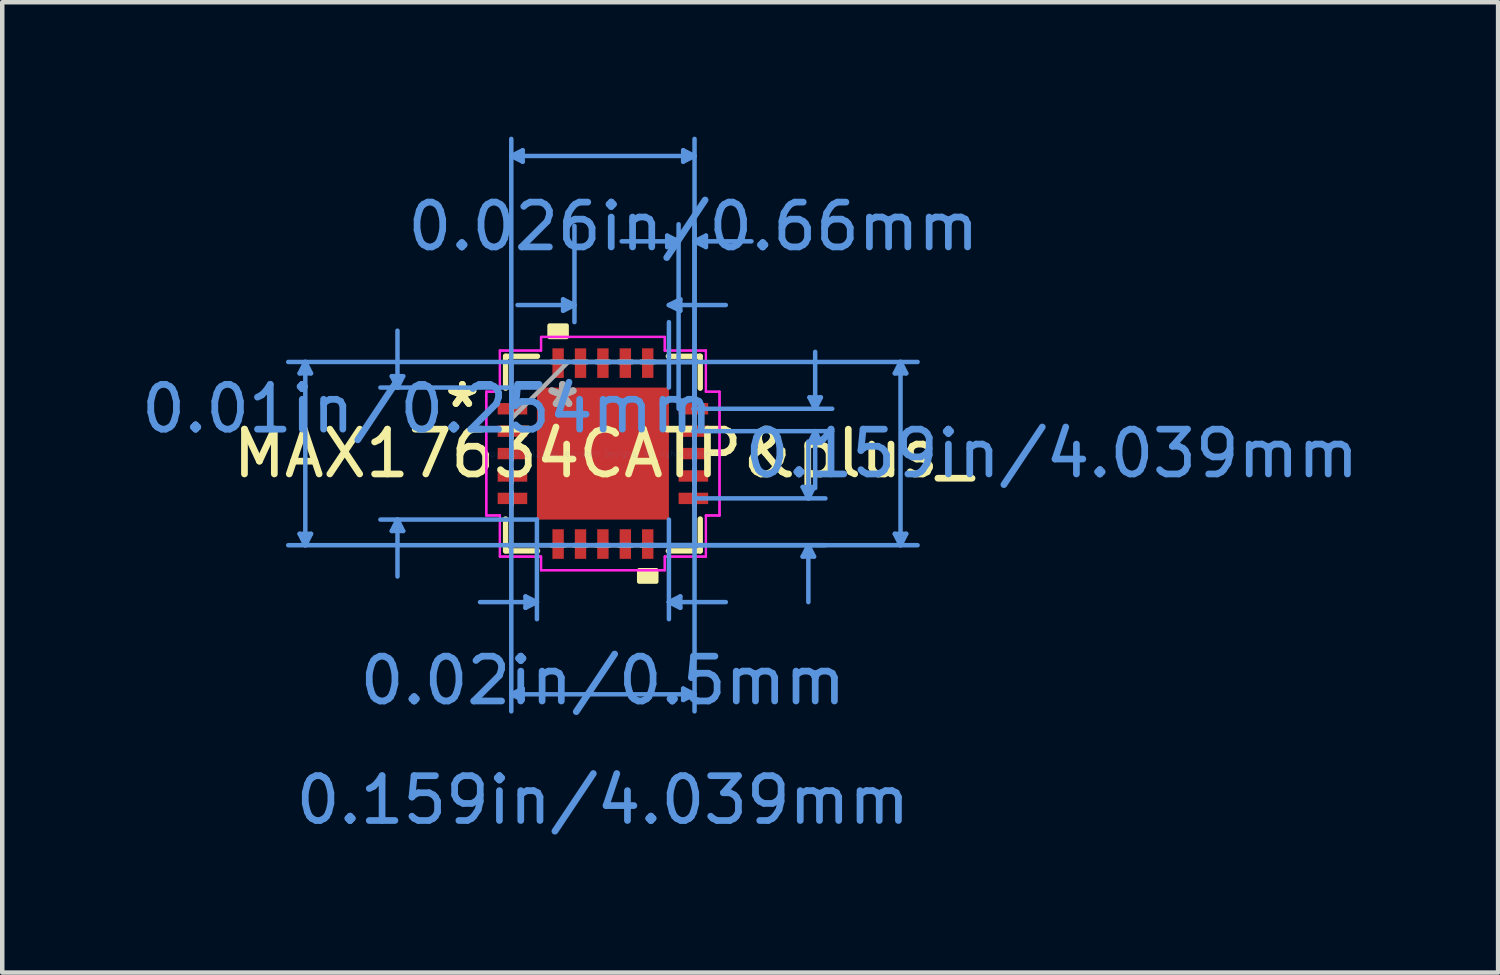
<source format=kicad_pcb>
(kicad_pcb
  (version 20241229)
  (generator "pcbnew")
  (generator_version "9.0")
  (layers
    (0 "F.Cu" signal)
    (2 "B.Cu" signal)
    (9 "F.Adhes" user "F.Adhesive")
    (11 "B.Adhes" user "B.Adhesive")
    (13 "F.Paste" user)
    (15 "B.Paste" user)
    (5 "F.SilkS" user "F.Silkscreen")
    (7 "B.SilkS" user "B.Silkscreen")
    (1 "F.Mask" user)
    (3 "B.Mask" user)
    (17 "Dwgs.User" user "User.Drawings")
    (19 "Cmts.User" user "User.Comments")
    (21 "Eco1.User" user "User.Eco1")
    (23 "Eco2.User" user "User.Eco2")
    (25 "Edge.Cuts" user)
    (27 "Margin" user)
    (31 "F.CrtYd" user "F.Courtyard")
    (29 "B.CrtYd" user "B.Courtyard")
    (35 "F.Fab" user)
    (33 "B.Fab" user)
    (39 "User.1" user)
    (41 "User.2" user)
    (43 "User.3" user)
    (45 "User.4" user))
  (footprint "MAX17634CATP&plus_"
    (layer "F.Cu")
    (at 10.406 7.073)
    (property "Reference" "MAX17634CATP&plus_" (at 0 0 0) (layer "F.SilkS") (effects (font (size 1 1) (thickness 0.15))))
    (attr through_hole)
    (fp_line (start -2.172 -2.172) (end -2.172 -1.46) (stroke (width 0.12) (type solid)) (layer "F.SilkS"))
    (fp_line (start -2.172 1.46) (end -2.172 2.172) (stroke (width 0.12) (type solid)) (layer "F.SilkS"))
    (fp_line (start -2.172 2.172) (end -1.46 2.172) (stroke (width 0.12) (type solid)) (layer "F.SilkS"))
    (fp_line (start -1.46 -2.172) (end -2.172 -2.172) (stroke (width 0.12) (type solid)) (layer "F.SilkS"))
    (fp_line (start 1.46 2.172) (end 2.172 2.172) (stroke (width 0.12) (type solid)) (layer "F.SilkS"))
    (fp_line (start 2.172 -2.172) (end 1.46 -2.172) (stroke (width 0.12) (type solid)) (layer "F.SilkS"))
    (fp_line (start 2.172 -1.46) (end 2.172 -2.172) (stroke (width 0.12) (type solid)) (layer "F.SilkS"))
    (fp_line (start 2.172 2.172) (end 2.172 1.46) (stroke (width 0.12) (type solid)) (layer "F.SilkS"))
    (fp_poly (pts (xy -1.191 -2.603) (xy -1.191 -2.857) (xy -0.81 -2.857) (xy -0.81 -2.603)) (stroke (width 0.1) (type solid)) (fill yes) (layer "F.SilkS"))
    (fp_poly (pts (xy 0.81 2.603) (xy 0.81 2.857) (xy 1.191 2.857) (xy 1.191 2.603)) (stroke (width 0.1) (type solid)) (fill yes) (layer "F.SilkS"))
    (fp_line (start -6.769 -1.791) (end -6.515 -1.791) (stroke (width 0.1) (type solid)) (layer "Cmts.User"))
    (fp_line (start -6.769 1.791) (end -6.515 1.791) (stroke (width 0.1) (type solid)) (layer "Cmts.User"))
    (fp_line (start -6.642 -2.045) (end -6.769 -1.791) (stroke (width 0.1) (type solid)) (layer "Cmts.User"))
    (fp_line (start -6.642 -2.045) (end -6.642 2.045) (stroke (width 0.1) (type solid)) (layer "Cmts.User"))
    (fp_line (start -6.642 -2.045) (end -6.515 -1.791) (stroke (width 0.1) (type solid)) (layer "Cmts.User"))
    (fp_line (start -6.642 2.045) (end -6.769 1.791) (stroke (width 0.1) (type solid)) (layer "Cmts.User"))
    (fp_line (start -6.642 2.045) (end -6.515 1.791) (stroke (width 0.1) (type solid)) (layer "Cmts.User"))
    (fp_line (start -4.712 -1.727) (end -4.458 -1.727) (stroke (width 0.1) (type solid)) (layer "Cmts.User"))
    (fp_line (start -4.712 1.727) (end -4.458 1.727) (stroke (width 0.1) (type solid)) (layer "Cmts.User"))
    (fp_line (start -4.585 -1.473) (end -4.712 -1.727) (stroke (width 0.1) (type solid)) (layer "Cmts.User"))
    (fp_line (start -4.585 -1.473) (end -4.585 -2.743) (stroke (width 0.1) (type solid)) (layer "Cmts.User"))
    (fp_line (start -4.585 -1.473) (end -4.458 -1.727) (stroke (width 0.1) (type solid)) (layer "Cmts.User"))
    (fp_line (start -4.585 1.473) (end -4.712 1.727) (stroke (width 0.1) (type solid)) (layer "Cmts.User"))
    (fp_line (start -4.585 1.473) (end -4.585 2.743) (stroke (width 0.1) (type solid)) (layer "Cmts.User"))
    (fp_line (start -4.585 1.473) (end -4.458 1.727) (stroke (width 0.1) (type solid)) (layer "Cmts.User"))
    (fp_line (start -2.045 -6.642) (end -1.791 -6.769) (stroke (width 0.1) (type solid)) (layer "Cmts.User"))
    (fp_line (start -2.045 -6.642) (end -1.791 -6.515) (stroke (width 0.1) (type solid)) (layer "Cmts.User"))
    (fp_line (start -2.045 -6.642) (end 2.045 -6.642) (stroke (width 0.1) (type solid)) (layer "Cmts.User"))
    (fp_line (start -2.045 -2.045) (end -2.045 5.753) (stroke (width 0.1) (type solid)) (layer "Cmts.User"))
    (fp_line (start -2.045 -1) (end -2.045 -7.023) (stroke (width 0.1) (type solid)) (layer "Cmts.User"))
    (fp_line (start -2.045 5.372) (end -1.791 5.245) (stroke (width 0.1) (type solid)) (layer "Cmts.User"))
    (fp_line (start -2.045 5.372) (end -1.791 5.499) (stroke (width 0.1) (type solid)) (layer "Cmts.User"))
    (fp_line (start -2.045 5.372) (end 2.045 5.372) (stroke (width 0.1) (type solid)) (layer "Cmts.User"))
    (fp_line (start -1.791 -6.769) (end -1.791 -6.515) (stroke (width 0.1) (type solid)) (layer "Cmts.User"))
    (fp_line (start -1.791 5.245) (end -1.791 5.499) (stroke (width 0.1) (type solid)) (layer "Cmts.User"))
    (fp_line (start -1.727 3.188) (end -1.727 3.442) (stroke (width 0.1) (type solid)) (layer "Cmts.User"))
    (fp_line (start -1.473 -1.473) (end -4.966 -1.473) (stroke (width 0.1) (type solid)) (layer "Cmts.User"))
    (fp_line (start -1.473 1.473) (end -4.966 1.473) (stroke (width 0.1) (type solid)) (layer "Cmts.User"))
    (fp_line (start -1.473 1.473) (end -1.473 3.696) (stroke (width 0.1) (type solid)) (layer "Cmts.User"))
    (fp_line (start -1.473 3.315) (end -2.743 3.315) (stroke (width 0.1) (type solid)) (layer "Cmts.User"))
    (fp_line (start -1.473 3.315) (end -1.727 3.188) (stroke (width 0.1) (type solid)) (layer "Cmts.User"))
    (fp_line (start -1.473 3.315) (end -1.727 3.442) (stroke (width 0.1) (type solid)) (layer "Cmts.User"))
    (fp_line (start -0.889 -3.442) (end -0.889 -3.188) (stroke (width 0.1) (type solid)) (layer "Cmts.User"))
    (fp_line (start -0.635 -5.08) (end -0.635 -2.934) (stroke (width 0.1) (type solid)) (layer "Cmts.User"))
    (fp_line (start -0.635 -3.315) (end -1.905 -3.315) (stroke (width 0.1) (type solid)) (layer "Cmts.User"))
    (fp_line (start -0.635 -3.315) (end -0.889 -3.442) (stroke (width 0.1) (type solid)) (layer "Cmts.User"))
    (fp_line (start -0.635 -3.315) (end -0.889 -3.188) (stroke (width 0.1) (type solid)) (layer "Cmts.User"))
    (fp_line (start 1 -2.045) (end 7.023 -2.045) (stroke (width 0.1) (type solid)) (layer "Cmts.User"))
    (fp_line (start 1 2.045) (end 4.966 2.045) (stroke (width 0.1) (type solid)) (layer "Cmts.User"))
    (fp_line (start 1 2.045) (end 7.023 2.045) (stroke (width 0.1) (type solid)) (layer "Cmts.User"))
    (fp_line (start 1.435 -4.864) (end 1.435 -4.61) (stroke (width 0.1) (type solid)) (layer "Cmts.User"))
    (fp_line (start 1.473 -3.315) (end 1.727 -3.442) (stroke (width 0.1) (type solid)) (layer "Cmts.User"))
    (fp_line (start 1.473 -3.315) (end 1.727 -3.188) (stroke (width 0.1) (type solid)) (layer "Cmts.User"))
    (fp_line (start 1.473 -3.315) (end 2.743 -3.315) (stroke (width 0.1) (type solid)) (layer "Cmts.User"))
    (fp_line (start 1.473 -1.473) (end 1.473 -2.934) (stroke (width 0.1) (type solid)) (layer "Cmts.User"))
    (fp_line (start 1.473 1.473) (end 1.473 3.696) (stroke (width 0.1) (type solid)) (layer "Cmts.User"))
    (fp_line (start 1.473 3.315) (end 1.727 3.188) (stroke (width 0.1) (type solid)) (layer "Cmts.User"))
    (fp_line (start 1.473 3.315) (end 1.727 3.442) (stroke (width 0.1) (type solid)) (layer "Cmts.User"))
    (fp_line (start 1.473 3.315) (end 2.743 3.315) (stroke (width 0.1) (type solid)) (layer "Cmts.User"))
    (fp_line (start 1.689 -4.737) (end 0.419 -4.737) (stroke (width 0.1) (type solid)) (layer "Cmts.User"))
    (fp_line (start 1.689 -4.737) (end 1.435 -4.864) (stroke (width 0.1) (type solid)) (layer "Cmts.User"))
    (fp_line (start 1.689 -4.737) (end 1.435 -4.61) (stroke (width 0.1) (type solid)) (layer "Cmts.User"))
    (fp_line (start 1.689 -1) (end 1.689 -5.118) (stroke (width 0.1) (type solid)) (layer "Cmts.User"))
    (fp_line (start 1.727 -3.442) (end 1.727 -3.188) (stroke (width 0.1) (type solid)) (layer "Cmts.User"))
    (fp_line (start 1.727 3.188) (end 1.727 3.442) (stroke (width 0.1) (type solid)) (layer "Cmts.User"))
    (fp_line (start 1.791 -6.769) (end 1.791 -6.515) (stroke (width 0.1) (type solid)) (layer "Cmts.User"))
    (fp_line (start 1.791 5.245) (end 1.791 5.499) (stroke (width 0.1) (type solid)) (layer "Cmts.User"))
    (fp_line (start 2.019 -1) (end 5.118 -1) (stroke (width 0.1) (type solid)) (layer "Cmts.User"))
    (fp_line (start 2.019 -0.5) (end 5.118 -0.5) (stroke (width 0.1) (type solid)) (layer "Cmts.User"))
    (fp_line (start 2.045 -6.642) (end 1.791 -6.769) (stroke (width 0.1) (type solid)) (layer "Cmts.User"))
    (fp_line (start 2.045 -6.642) (end 1.791 -6.515) (stroke (width 0.1) (type solid)) (layer "Cmts.User"))
    (fp_line (start 2.045 -4.737) (end 2.299 -4.864) (stroke (width 0.1) (type solid)) (layer "Cmts.User"))
    (fp_line (start 2.045 -4.737) (end 2.299 -4.61) (stroke (width 0.1) (type solid)) (layer "Cmts.User"))
    (fp_line (start 2.045 -4.737) (end 3.315 -4.737) (stroke (width 0.1) (type solid)) (layer "Cmts.User"))
    (fp_line (start 2.045 -2.045) (end -7.023 -2.045) (stroke (width 0.1) (type solid)) (layer "Cmts.User"))
    (fp_line (start 2.045 -2.045) (end 2.045 5.753) (stroke (width 0.1) (type solid)) (layer "Cmts.User"))
    (fp_line (start 2.045 -1) (end 2.045 -7.023) (stroke (width 0.1) (type solid)) (layer "Cmts.User"))
    (fp_line (start 2.045 -1) (end 2.045 -5.118) (stroke (width 0.1) (type solid)) (layer "Cmts.User"))
    (fp_line (start 2.045 1) (end 4.966 1) (stroke (width 0.1) (type solid)) (layer "Cmts.User"))
    (fp_line (start 2.045 2.045) (end -7.023 2.045) (stroke (width 0.1) (type solid)) (layer "Cmts.User"))
    (fp_line (start 2.045 5.372) (end 1.791 5.245) (stroke (width 0.1) (type solid)) (layer "Cmts.User"))
    (fp_line (start 2.045 5.372) (end 1.791 5.499) (stroke (width 0.1) (type solid)) (layer "Cmts.User"))
    (fp_line (start 2.299 -4.864) (end 2.299 -4.61) (stroke (width 0.1) (type solid)) (layer "Cmts.User"))
    (fp_line (start 4.458 0.746) (end 4.712 0.746) (stroke (width 0.1) (type solid)) (layer "Cmts.User"))
    (fp_line (start 4.458 2.299) (end 4.712 2.299) (stroke (width 0.1) (type solid)) (layer "Cmts.User"))
    (fp_line (start 4.585 1) (end 4.458 0.746) (stroke (width 0.1) (type solid)) (layer "Cmts.User"))
    (fp_line (start 4.585 1) (end 4.585 -0.27) (stroke (width 0.1) (type solid)) (layer "Cmts.User"))
    (fp_line (start 4.585 1) (end 4.712 0.746) (stroke (width 0.1) (type solid)) (layer "Cmts.User"))
    (fp_line (start 4.585 2.045) (end 4.458 2.299) (stroke (width 0.1) (type solid)) (layer "Cmts.User"))
    (fp_line (start 4.585 2.045) (end 4.585 3.315) (stroke (width 0.1) (type solid)) (layer "Cmts.User"))
    (fp_line (start 4.585 2.045) (end 4.712 2.299) (stroke (width 0.1) (type solid)) (layer "Cmts.User"))
    (fp_line (start 4.61 -1.254) (end 4.864 -1.254) (stroke (width 0.1) (type solid)) (layer "Cmts.User"))
    (fp_line (start 4.61 -0.246) (end 4.864 -0.246) (stroke (width 0.1) (type solid)) (layer "Cmts.User"))
    (fp_line (start 4.737 -1) (end 4.61 -1.254) (stroke (width 0.1) (type solid)) (layer "Cmts.User"))
    (fp_line (start 4.737 -1) (end 4.737 -2.27) (stroke (width 0.1) (type solid)) (layer "Cmts.User"))
    (fp_line (start 4.737 -1) (end 4.864 -1.254) (stroke (width 0.1) (type solid)) (layer "Cmts.User"))
    (fp_line (start 4.737 -0.5) (end 4.61 -0.246) (stroke (width 0.1) (type solid)) (layer "Cmts.User"))
    (fp_line (start 4.737 -0.5) (end 4.737 0.77) (stroke (width 0.1) (type solid)) (layer "Cmts.User"))
    (fp_line (start 4.737 -0.5) (end 4.864 -0.246) (stroke (width 0.1) (type solid)) (layer "Cmts.User"))
    (fp_line (start 6.515 -1.791) (end 6.769 -1.791) (stroke (width 0.1) (type solid)) (layer "Cmts.User"))
    (fp_line (start 6.515 1.791) (end 6.769 1.791) (stroke (width 0.1) (type solid)) (layer "Cmts.User"))
    (fp_line (start 6.642 -2.045) (end 6.515 -1.791) (stroke (width 0.1) (type solid)) (layer "Cmts.User"))
    (fp_line (start 6.642 -2.045) (end 6.642 2.045) (stroke (width 0.1) (type solid)) (layer "Cmts.User"))
    (fp_line (start 6.642 -2.045) (end 6.769 -1.791) (stroke (width 0.1) (type solid)) (layer "Cmts.User"))
    (fp_line (start 6.642 2.045) (end 6.515 1.791) (stroke (width 0.1) (type solid)) (layer "Cmts.User"))
    (fp_line (start 6.642 2.045) (end 6.769 1.791) (stroke (width 0.1) (type solid)) (layer "Cmts.User"))
    (fp_line (start -2.603 -1.381) (end -2.299 -1.381) (stroke (width 0.05) (type solid)) (layer "F.CrtYd"))
    (fp_line (start -2.603 -1.381) (end -2.299 -1.381) (stroke (width 0.05) (type solid)) (layer "F.CrtYd"))
    (fp_line (start -2.603 1.381) (end -2.603 -1.381) (stroke (width 0.05) (type solid)) (layer "F.CrtYd"))
    (fp_line (start -2.603 1.381) (end -2.603 -1.381) (stroke (width 0.05) (type solid)) (layer "F.CrtYd"))
    (fp_line (start -2.299 -2.299) (end -1.381 -2.299) (stroke (width 0.05) (type solid)) (layer "F.CrtYd"))
    (fp_line (start -2.299 -2.299) (end -1.381 -2.299) (stroke (width 0.05) (type solid)) (layer "F.CrtYd"))
    (fp_line (start -2.299 -1.381) (end -2.299 -2.299) (stroke (width 0.05) (type solid)) (layer "F.CrtYd"))
    (fp_line (start -2.299 -1.381) (end -2.299 -2.299) (stroke (width 0.05) (type solid)) (layer "F.CrtYd"))
    (fp_line (start -2.299 1.381) (end -2.603 1.381) (stroke (width 0.05) (type solid)) (layer "F.CrtYd"))
    (fp_line (start -2.299 1.381) (end -2.603 1.381) (stroke (width 0.05) (type solid)) (layer "F.CrtYd"))
    (fp_line (start -2.299 2.299) (end -2.299 1.381) (stroke (width 0.05) (type solid)) (layer "F.CrtYd"))
    (fp_line (start -2.299 2.299) (end -2.299 1.381) (stroke (width 0.05) (type solid)) (layer "F.CrtYd"))
    (fp_line (start -1.381 -2.603) (end 1.381 -2.603) (stroke (width 0.05) (type solid)) (layer "F.CrtYd"))
    (fp_line (start -1.381 -2.603) (end 1.381 -2.603) (stroke (width 0.05) (type solid)) (layer "F.CrtYd"))
    (fp_line (start -1.381 -2.299) (end -1.381 -2.603) (stroke (width 0.05) (type solid)) (layer "F.CrtYd"))
    (fp_line (start -1.381 -2.299) (end -1.381 -2.603) (stroke (width 0.05) (type solid)) (layer "F.CrtYd"))
    (fp_line (start -1.381 2.299) (end -2.299 2.299) (stroke (width 0.05) (type solid)) (layer "F.CrtYd"))
    (fp_line (start -1.381 2.299) (end -2.299 2.299) (stroke (width 0.05) (type solid)) (layer "F.CrtYd"))
    (fp_line (start -1.381 2.603) (end -1.381 2.299) (stroke (width 0.05) (type solid)) (layer "F.CrtYd"))
    (fp_line (start -1.381 2.603) (end -1.381 2.299) (stroke (width 0.05) (type solid)) (layer "F.CrtYd"))
    (fp_line (start 1.381 -2.603) (end 1.381 -2.299) (stroke (width 0.05) (type solid)) (layer "F.CrtYd"))
    (fp_line (start 1.381 -2.603) (end 1.381 -2.299) (stroke (width 0.05) (type solid)) (layer "F.CrtYd"))
    (fp_line (start 1.381 -2.299) (end 2.299 -2.299) (stroke (width 0.05) (type solid)) (layer "F.CrtYd"))
    (fp_line (start 1.381 -2.299) (end 2.299 -2.299) (stroke (width 0.05) (type solid)) (layer "F.CrtYd"))
    (fp_line (start 1.381 2.299) (end 1.381 2.603) (stroke (width 0.05) (type solid)) (layer "F.CrtYd"))
    (fp_line (start 1.381 2.299) (end 1.381 2.603) (stroke (width 0.05) (type solid)) (layer "F.CrtYd"))
    (fp_line (start 1.381 2.603) (end -1.381 2.603) (stroke (width 0.05) (type solid)) (layer "F.CrtYd"))
    (fp_line (start 1.381 2.603) (end -1.381 2.603) (stroke (width 0.05) (type solid)) (layer "F.CrtYd"))
    (fp_line (start 2.299 -2.299) (end 2.299 -1.381) (stroke (width 0.05) (type solid)) (layer "F.CrtYd"))
    (fp_line (start 2.299 -2.299) (end 2.299 -1.381) (stroke (width 0.05) (type solid)) (layer "F.CrtYd"))
    (fp_line (start 2.299 -1.381) (end 2.603 -1.381) (stroke (width 0.05) (type solid)) (layer "F.CrtYd"))
    (fp_line (start 2.299 -1.381) (end 2.603 -1.381) (stroke (width 0.05) (type solid)) (layer "F.CrtYd"))
    (fp_line (start 2.299 1.381) (end 2.299 2.299) (stroke (width 0.05) (type solid)) (layer "F.CrtYd"))
    (fp_line (start 2.299 1.381) (end 2.299 2.299) (stroke (width 0.05) (type solid)) (layer "F.CrtYd"))
    (fp_line (start 2.299 2.299) (end 1.381 2.299) (stroke (width 0.05) (type solid)) (layer "F.CrtYd"))
    (fp_line (start 2.299 2.299) (end 1.381 2.299) (stroke (width 0.05) (type solid)) (layer "F.CrtYd"))
    (fp_line (start 2.603 -1.381) (end 2.603 1.381) (stroke (width 0.05) (type solid)) (layer "F.CrtYd"))
    (fp_line (start 2.603 -1.381) (end 2.603 1.381) (stroke (width 0.05) (type solid)) (layer "F.CrtYd"))
    (fp_line (start 2.603 1.381) (end 2.299 1.381) (stroke (width 0.05) (type solid)) (layer "F.CrtYd"))
    (fp_line (start 2.603 1.381) (end 2.299 1.381) (stroke (width 0.05) (type solid)) (layer "F.CrtYd"))
    (fp_line (start -2.045 -2.045) (end -2.045 2.045) (stroke (width 0.1) (type solid)) (layer "F.Fab"))
    (fp_line (start -2.045 -1.152) (end -2.045 -1.152) (stroke (width 0.1) (type solid)) (layer "F.Fab"))
    (fp_line (start -2.045 -1.152) (end -2.045 -0.848) (stroke (width 0.1) (type solid)) (layer "F.Fab"))
    (fp_line (start -2.045 -0.848) (end -2.045 -1.152) (stroke (width 0.1) (type solid)) (layer "F.Fab"))
    (fp_line (start -2.045 -0.848) (end -2.045 -0.848) (stroke (width 0.1) (type solid)) (layer "F.Fab"))
    (fp_line (start -2.045 -0.775) (end -0.775 -2.045) (stroke (width 0.1) (type solid)) (layer "F.Fab"))
    (fp_line (start -2.045 -0.652) (end -2.045 -0.652) (stroke (width 0.1) (type solid)) (layer "F.Fab"))
    (fp_line (start -2.045 -0.652) (end -2.045 -0.348) (stroke (width 0.1) (type solid)) (layer "F.Fab"))
    (fp_line (start -2.045 -0.348) (end -2.045 -0.652) (stroke (width 0.1) (type solid)) (layer "F.Fab"))
    (fp_line (start -2.045 -0.348) (end -2.045 -0.348) (stroke (width 0.1) (type solid)) (layer "F.Fab"))
    (fp_line (start -2.045 -0.152) (end -2.045 -0.152) (stroke (width 0.1) (type solid)) (layer "F.Fab"))
    (fp_line (start -2.045 -0.152) (end -2.045 0.152) (stroke (width 0.1) (type solid)) (layer "F.Fab"))
    (fp_line (start -2.045 0.152) (end -2.045 -0.152) (stroke (width 0.1) (type solid)) (layer "F.Fab"))
    (fp_line (start -2.045 0.152) (end -2.045 0.152) (stroke (width 0.1) (type solid)) (layer "F.Fab"))
    (fp_line (start -2.045 0.348) (end -2.045 0.348) (stroke (width 0.1) (type solid)) (layer "F.Fab"))
    (fp_line (start -2.045 0.348) (end -2.045 0.652) (stroke (width 0.1) (type solid)) (layer "F.Fab"))
    (fp_line (start -2.045 0.652) (end -2.045 0.348) (stroke (width 0.1) (type solid)) (layer "F.Fab"))
    (fp_line (start -2.045 0.652) (end -2.045 0.652) (stroke (width 0.1) (type solid)) (layer "F.Fab"))
    (fp_line (start -2.045 0.848) (end -2.045 0.848) (stroke (width 0.1) (type solid)) (layer "F.Fab"))
    (fp_line (start -2.045 0.848) (end -2.045 1.152) (stroke (width 0.1) (type solid)) (layer "F.Fab"))
    (fp_line (start -2.045 1.152) (end -2.045 0.848) (stroke (width 0.1) (type solid)) (layer "F.Fab"))
    (fp_line (start -2.045 1.152) (end -2.045 1.152) (stroke (width 0.1) (type solid)) (layer "F.Fab"))
    (fp_line (start -2.045 2.045) (end 2.045 2.045) (stroke (width 0.1) (type solid)) (layer "F.Fab"))
    (fp_line (start -1.152 -2.045) (end -1.152 -2.045) (stroke (width 0.1) (type solid)) (layer "F.Fab"))
    (fp_line (start -1.152 -2.045) (end -0.848 -2.045) (stroke (width 0.1) (type solid)) (layer "F.Fab"))
    (fp_line (start -1.152 2.045) (end -1.152 2.045) (stroke (width 0.1) (type solid)) (layer "F.Fab"))
    (fp_line (start -1.152 2.045) (end -0.848 2.045) (stroke (width 0.1) (type solid)) (layer "F.Fab"))
    (fp_line (start -0.848 -2.045) (end -1.152 -2.045) (stroke (width 0.1) (type solid)) (layer "F.Fab"))
    (fp_line (start -0.848 -2.045) (end -0.848 -2.045) (stroke (width 0.1) (type solid)) (layer "F.Fab"))
    (fp_line (start -0.848 2.045) (end -1.152 2.045) (stroke (width 0.1) (type solid)) (layer "F.Fab"))
    (fp_line (start -0.848 2.045) (end -0.848 2.045) (stroke (width 0.1) (type solid)) (layer "F.Fab"))
    (fp_line (start -0.652 -2.045) (end -0.652 -2.045) (stroke (width 0.1) (type solid)) (layer "F.Fab"))
    (fp_line (start -0.652 -2.045) (end -0.348 -2.045) (stroke (width 0.1) (type solid)) (layer "F.Fab"))
    (fp_line (start -0.652 2.045) (end -0.652 2.045) (stroke (width 0.1) (type solid)) (layer "F.Fab"))
    (fp_line (start -0.652 2.045) (end -0.348 2.045) (stroke (width 0.1) (type solid)) (layer "F.Fab"))
    (fp_line (start -0.348 -2.045) (end -0.652 -2.045) (stroke (width 0.1) (type solid)) (layer "F.Fab"))
    (fp_line (start -0.348 -2.045) (end -0.348 -2.045) (stroke (width 0.1) (type solid)) (layer "F.Fab"))
    (fp_line (start -0.348 2.045) (end -0.652 2.045) (stroke (width 0.1) (type solid)) (layer "F.Fab"))
    (fp_line (start -0.348 2.045) (end -0.348 2.045) (stroke (width 0.1) (type solid)) (layer "F.Fab"))
    (fp_line (start -0.152 -2.045) (end -0.152 -2.045) (stroke (width 0.1) (type solid)) (layer "F.Fab"))
    (fp_line (start -0.152 -2.045) (end 0.152 -2.045) (stroke (width 0.1) (type solid)) (layer "F.Fab"))
    (fp_line (start -0.152 2.045) (end -0.152 2.045) (stroke (width 0.1) (type solid)) (layer "F.Fab"))
    (fp_line (start -0.152 2.045) (end 0.152 2.045) (stroke (width 0.1) (type solid)) (layer "F.Fab"))
    (fp_line (start 0.152 -2.045) (end -0.152 -2.045) (stroke (width 0.1) (type solid)) (layer "F.Fab"))
    (fp_line (start 0.152 -2.045) (end 0.152 -2.045) (stroke (width 0.1) (type solid)) (layer "F.Fab"))
    (fp_line (start 0.152 2.045) (end -0.152 2.045) (stroke (width 0.1) (type solid)) (layer "F.Fab"))
    (fp_line (start 0.152 2.045) (end 0.152 2.045) (stroke (width 0.1) (type solid)) (layer "F.Fab"))
    (fp_line (start 0.348 -2.045) (end 0.348 -2.045) (stroke (width 0.1) (type solid)) (layer "F.Fab"))
    (fp_line (start 0.348 -2.045) (end 0.652 -2.045) (stroke (width 0.1) (type solid)) (layer "F.Fab"))
    (fp_line (start 0.348 2.045) (end 0.348 2.045) (stroke (width 0.1) (type solid)) (layer "F.Fab"))
    (fp_line (start 0.348 2.045) (end 0.652 2.045) (stroke (width 0.1) (type solid)) (layer "F.Fab"))
    (fp_line (start 0.652 -2.045) (end 0.348 -2.045) (stroke (width 0.1) (type solid)) (layer "F.Fab"))
    (fp_line (start 0.652 -2.045) (end 0.652 -2.045) (stroke (width 0.1) (type solid)) (layer "F.Fab"))
    (fp_line (start 0.652 2.045) (end 0.348 2.045) (stroke (width 0.1) (type solid)) (layer "F.Fab"))
    (fp_line (start 0.652 2.045) (end 0.652 2.045) (stroke (width 0.1) (type solid)) (layer "F.Fab"))
    (fp_line (start 0.848 -2.045) (end 0.848 -2.045) (stroke (width 0.1) (type solid)) (layer "F.Fab"))
    (fp_line (start 0.848 -2.045) (end 1.152 -2.045) (stroke (width 0.1) (type solid)) (layer "F.Fab"))
    (fp_line (start 0.848 2.045) (end 0.848 2.045) (stroke (width 0.1) (type solid)) (layer "F.Fab"))
    (fp_line (start 0.848 2.045) (end 1.152 2.045) (stroke (width 0.1) (type solid)) (layer "F.Fab"))
    (fp_line (start 1.152 -2.045) (end 0.848 -2.045) (stroke (width 0.1) (type solid)) (layer "F.Fab"))
    (fp_line (start 1.152 -2.045) (end 1.152 -2.045) (stroke (width 0.1) (type solid)) (layer "F.Fab"))
    (fp_line (start 1.152 2.045) (end 0.848 2.045) (stroke (width 0.1) (type solid)) (layer "F.Fab"))
    (fp_line (start 1.152 2.045) (end 1.152 2.045) (stroke (width 0.1) (type solid)) (layer "F.Fab"))
    (fp_line (start 2.045 -2.045) (end -2.045 -2.045) (stroke (width 0.1) (type solid)) (layer "F.Fab"))
    (fp_line (start 2.045 -1.152) (end 2.045 -1.152) (stroke (width 0.1) (type solid)) (layer "F.Fab"))
    (fp_line (start 2.045 -1.152) (end 2.045 -0.848) (stroke (width 0.1) (type solid)) (layer "F.Fab"))
    (fp_line (start 2.045 -0.848) (end 2.045 -1.152) (stroke (width 0.1) (type solid)) (layer "F.Fab"))
    (fp_line (start 2.045 -0.848) (end 2.045 -0.848) (stroke (width 0.1) (type solid)) (layer "F.Fab"))
    (fp_line (start 2.045 -0.652) (end 2.045 -0.652) (stroke (width 0.1) (type solid)) (layer "F.Fab"))
    (fp_line (start 2.045 -0.652) (end 2.045 -0.348) (stroke (width 0.1) (type solid)) (layer "F.Fab"))
    (fp_line (start 2.045 -0.348) (end 2.045 -0.652) (stroke (width 0.1) (type solid)) (layer "F.Fab"))
    (fp_line (start 2.045 -0.348) (end 2.045 -0.348) (stroke (width 0.1) (type solid)) (layer "F.Fab"))
    (fp_line (start 2.045 -0.152) (end 2.045 -0.152) (stroke (width 0.1) (type solid)) (layer "F.Fab"))
    (fp_line (start 2.045 -0.152) (end 2.045 0.152) (stroke (width 0.1) (type solid)) (layer "F.Fab"))
    (fp_line (start 2.045 0.152) (end 2.045 -0.152) (stroke (width 0.1) (type solid)) (layer "F.Fab"))
    (fp_line (start 2.045 0.152) (end 2.045 0.152) (stroke (width 0.1) (type solid)) (layer "F.Fab"))
    (fp_line (start 2.045 0.348) (end 2.045 0.348) (stroke (width 0.1) (type solid)) (layer "F.Fab"))
    (fp_line (start 2.045 0.348) (end 2.045 0.652) (stroke (width 0.1) (type solid)) (layer "F.Fab"))
    (fp_line (start 2.045 0.652) (end 2.045 0.348) (stroke (width 0.1) (type solid)) (layer "F.Fab"))
    (fp_line (start 2.045 0.652) (end 2.045 0.652) (stroke (width 0.1) (type solid)) (layer "F.Fab"))
    (fp_line (start 2.045 0.848) (end 2.045 0.848) (stroke (width 0.1) (type solid)) (layer "F.Fab"))
    (fp_line (start 2.045 0.848) (end 2.045 1.152) (stroke (width 0.1) (type solid)) (layer "F.Fab"))
    (fp_line (start 2.045 1.152) (end 2.045 0.848) (stroke (width 0.1) (type solid)) (layer "F.Fab"))
    (fp_line (start 2.045 1.152) (end 2.045 1.152) (stroke (width 0.1) (type solid)) (layer "F.Fab"))
    (fp_line (start 2.045 2.045) (end 2.045 -2.045) (stroke (width 0.1) (type solid)) (layer "F.Fab"))
    (fp_text user "*" (at -3.137 -1 0) (layer "F.SilkS") (effects (font (size 1 1) (thickness 0.15))))
    (fp_text user "*" (at -3.137 -1 0) (layer "F.SilkS") (effects (font (size 1 1) (thickness 0.15))))
    (fp_text user "0.01in/0.254mm" (at -3.924 -1 0) (layer "Cmts.User") (effects (font (size 1 1) (thickness 0.15))))
    (fp_text user "Copyright 2021 Accelerated Designs. All rights reserved." (at 0 0 0) (layer "Cmts.User") (effects (font (size 0.127 0.127) (thickness 0.002))))
    (fp_text user "0.159in/4.039mm" (at 0 7.734 0) (layer "Cmts.User") (effects (font (size 1 1) (thickness 0.15))))
    (fp_text user "0.026in/0.66mm" (at 2.019 -5.067 0) (layer "Cmts.User") (effects (font (size 1 1) (thickness 0.15))))
    (fp_text user "0.159in/4.039mm" (at 10.02 0 0) (layer "Cmts.User") (effects (font (size 1 1) (thickness 0.15))))
    (fp_text user "0.02in/0.5mm" (at 0 5.067 0) (layer "Cmts.User") (effects (font (size 1 1) (thickness 0.15))))
    (fp_text user "*" (at -0.902 -1 0) (layer "F.Fab") (effects (font (size 1 1) (thickness 0.15))))
    (fp_text user "*" (at -0.902 -1 0) (layer "F.Fab") (effects (font (size 1 1) (thickness 0.15))))
    (pad "1" smd rect (at -2.019 -1 90) (size 0.254 0.66) (layers "F.Cu" "F.Mask" "F.Paste"))
    (pad "2" smd rect (at -2.019 -0.5 90) (size 0.254 0.66) (layers "F.Cu" "F.Mask" "F.Paste"))
    (pad "3" smd rect (at -2.019 0 90) (size 0.254 0.66) (layers "F.Cu" "F.Mask" "F.Paste"))
    (pad "4" smd rect (at -2.019 0.5 90) (size 0.254 0.66) (layers "F.Cu" "F.Mask" "F.Paste"))
    (pad "5" smd rect (at -2.019 1 90) (size 0.254 0.66) (layers "F.Cu" "F.Mask" "F.Paste"))
    (pad "6" smd rect (at -1 2.019) (size 0.254 0.66) (layers "F.Cu" "F.Mask" "F.Paste"))
    (pad "7" smd rect (at -0.5 2.019) (size 0.254 0.66) (layers "F.Cu" "F.Mask" "F.Paste"))
    (pad "8" smd rect (at 0 2.019) (size 0.254 0.66) (layers "F.Cu" "F.Mask" "F.Paste"))
    (pad "9" smd rect (at 0.5 2.019) (size 0.254 0.66) (layers "F.Cu" "F.Mask" "F.Paste"))
    (pad "10" smd rect (at 1 2.019) (size 0.254 0.66) (layers "F.Cu" "F.Mask" "F.Paste"))
    (pad "11" smd rect (at 2.019 1 90) (size 0.254 0.66) (layers "F.Cu" "F.Mask" "F.Paste"))
    (pad "12" smd rect (at 2.019 0.5 90) (size 0.254 0.66) (layers "F.Cu" "F.Mask" "F.Paste"))
    (pad "13" smd rect (at 2.019 0 90) (size 0.254 0.66) (layers "F.Cu" "F.Mask" "F.Paste"))
    (pad "14" smd rect (at 2.019 -0.5 90) (size 0.254 0.66) (layers "F.Cu" "F.Mask" "F.Paste"))
    (pad "15" smd rect (at 2.019 -1 90) (size 0.254 0.66) (layers "F.Cu" "F.Mask" "F.Paste"))
    (pad "16" smd rect (at 1 -2.019) (size 0.254 0.66) (layers "F.Cu" "F.Mask" "F.Paste"))
    (pad "17" smd rect (at 0.5 -2.019) (size 0.254 0.66) (layers "F.Cu" "F.Mask" "F.Paste"))
    (pad "18" smd rect (at 0 -2.019) (size 0.254 0.66) (layers "F.Cu" "F.Mask" "F.Paste"))
    (pad "19" smd rect (at -0.5 -2.019) (size 0.254 0.66) (layers "F.Cu" "F.Mask" "F.Paste"))
    (pad "20" smd rect (at -1 -2.019) (size 0.254 0.66) (layers "F.Cu" "F.Mask" "F.Paste"))
    (pad "21" smd rect (at 0 0) (size 2.946 2.946) (layers "F.Cu" "F.Mask" "F.Paste")))
  (gr_rect
    (start -3 -3)
    (end 30.385 18.656)
    (stroke (width 0.1) (type default))
    (fill no)
    (layer "Edge.Cuts")))
</source>
